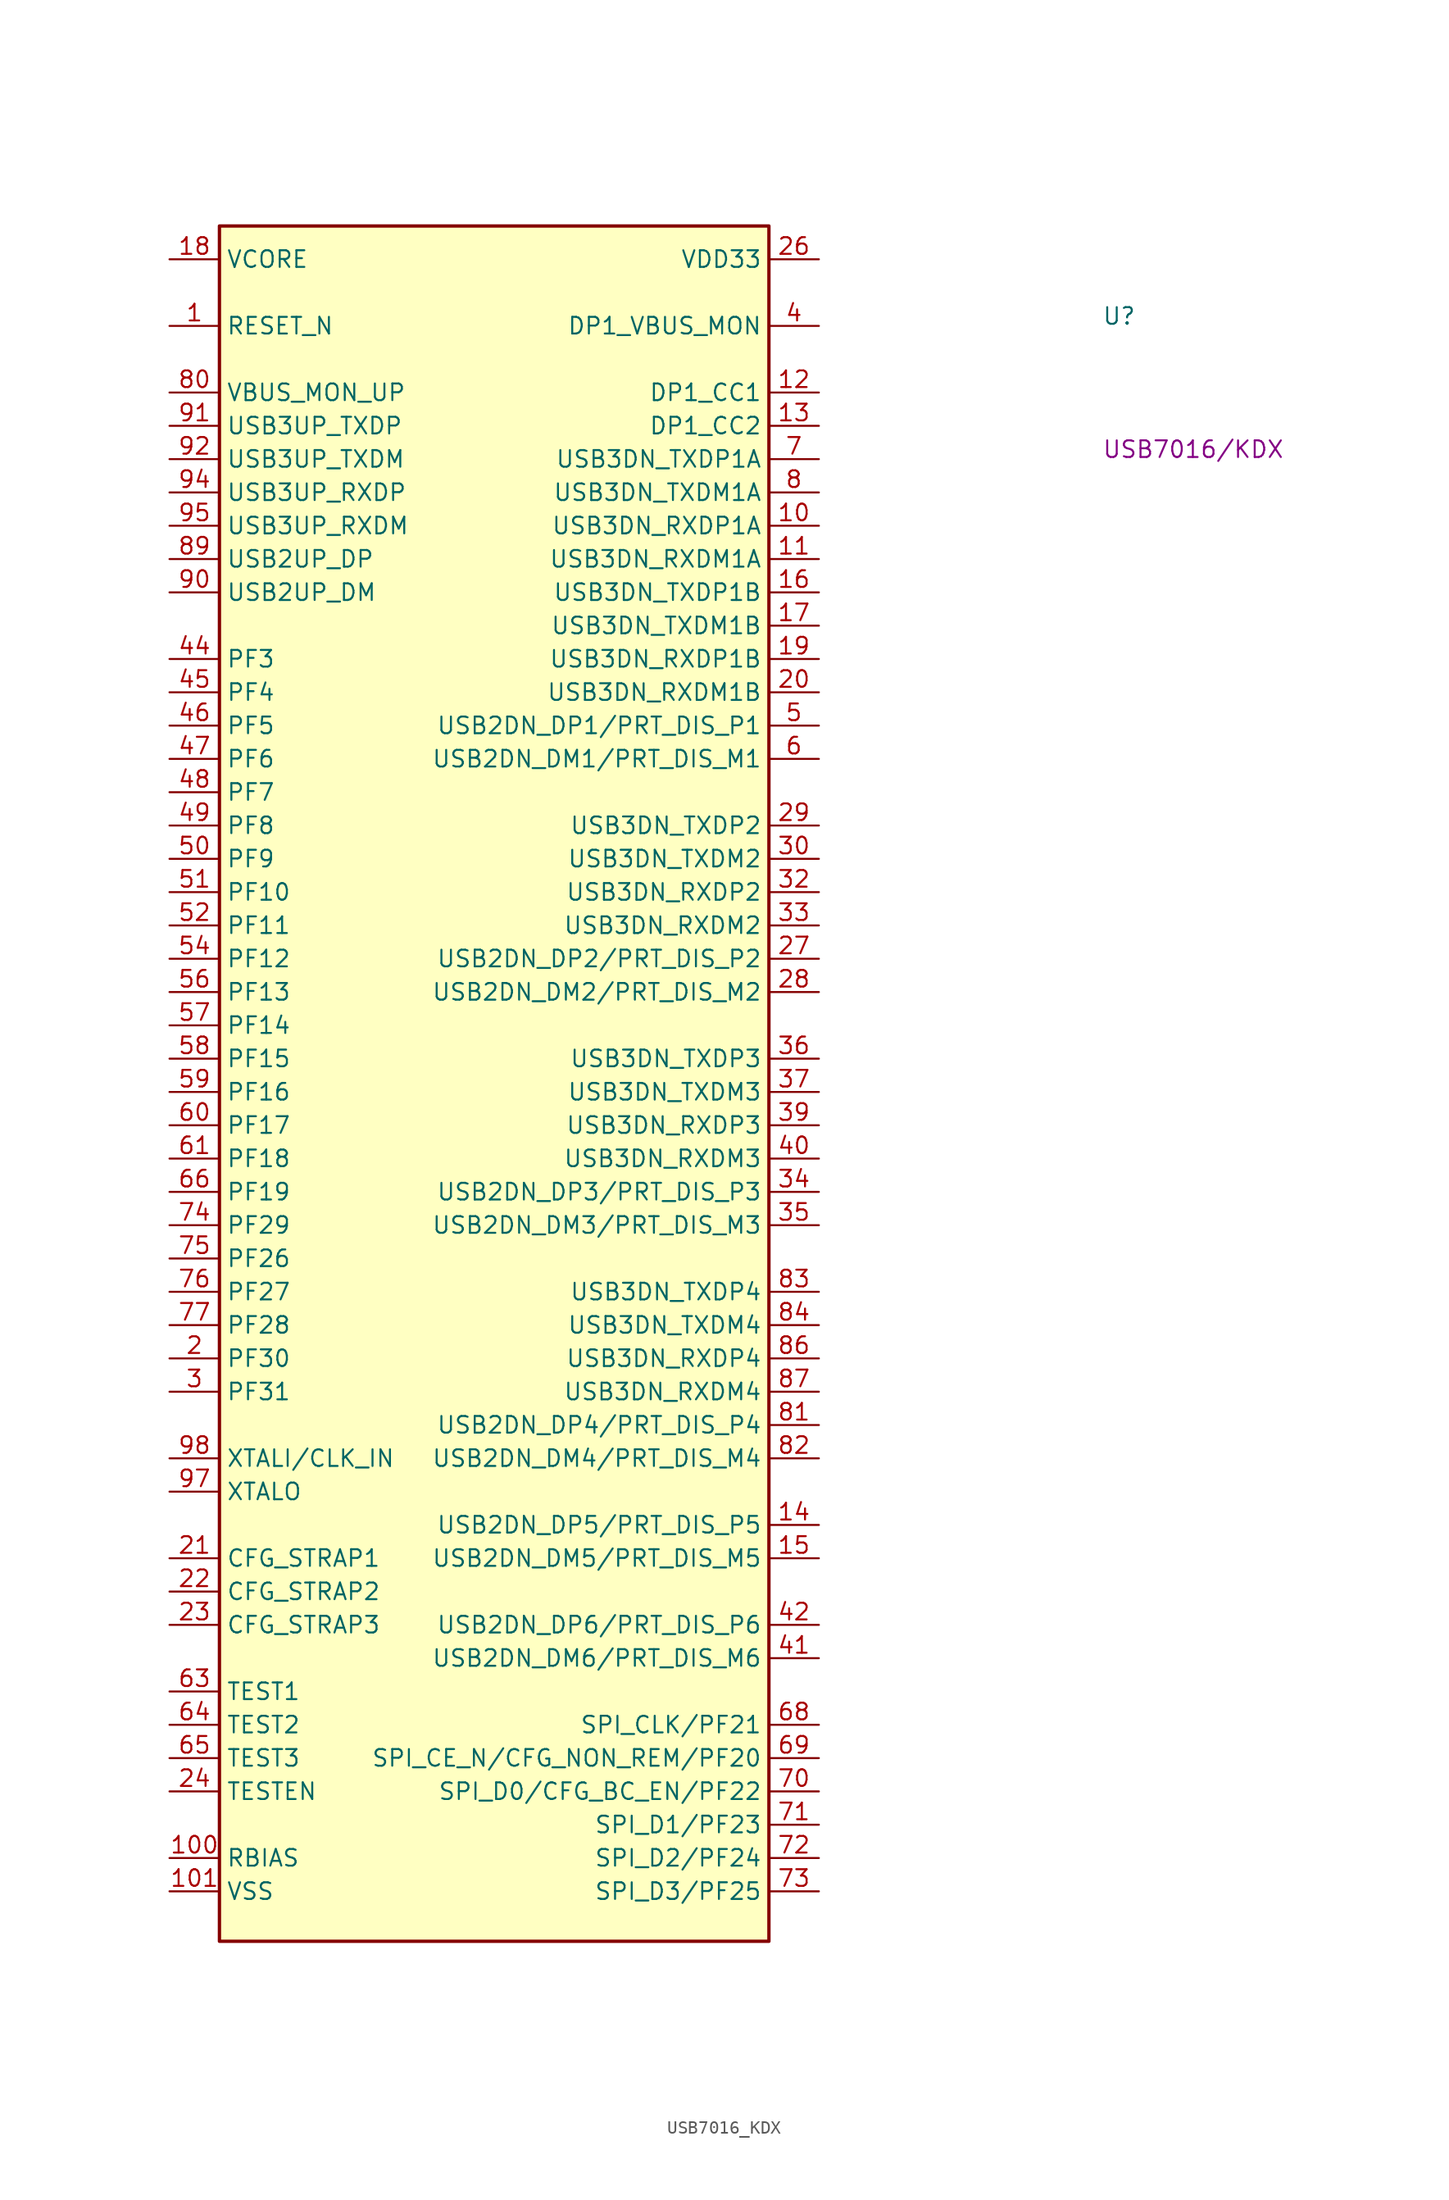
<source format=kicad_sym>
(kicad_symbol_lib
  (version 20220914)
  (generator kicad_symbol_editor)
  (symbol "USB7016_KDX"
    (property "Reference" "U"
      (at 71.12 -5.08 0)
      (effects (font (size 1.27 1.27) (thickness 0.15)) (justify left bottom)))
    (property "MPN" "USB7016/KDX"
      (at 71.12 -15.24 0)
      (effects (font (size 1.27 1.27) (thickness 0.15)) (justify left bottom)))
    (symbol "USB7016_KDX_1_1"
      (rectangle (start 3.81 2.54) (end 45.72 -128.27) (stroke (width 0.254) (type default)) (fill (type background)))
      (pin input line (at 0 -5.08 0) (length 3.81) (name "RESET_N" (effects (font (size 1.27 1.27)))) (number "1" (effects (font (size 1.27 1.27)))))
      (pin bidirectional line (at 49.53 -20.32 180) (length 3.81) (name "USB3DN_RXDP1A" (effects (font (size 1.27 1.27)))) (number "10" (effects (font (size 1.27 1.27)))))
      (pin input line (at 0 -121.92 0) (length 3.81) (name "RBIAS" (effects (font (size 1.27 1.27)))) (number "100" (effects (font (size 1.27 1.27)))))
      (pin power_in line (at 0 -124.46 0) (length 3.81) (name "VSS" (effects (font (size 1.27 1.27)))) (number "101" (effects (font (size 1.27 1.27)))))
      (pin bidirectional line (at 49.53 -22.86 180) (length 3.81) (name "USB3DN_RXDM1A" (effects (font (size 1.27 1.27)))) (number "11" (effects (font (size 1.27 1.27)))))
      (pin bidirectional line (at 49.53 -10.16 180) (length 3.81) (name "DP1_CC1" (effects (font (size 1.27 1.27)))) (number "12" (effects (font (size 1.27 1.27)))))
      (pin bidirectional line (at 49.53 -12.7 180) (length 3.81) (name "DP1_CC2" (effects (font (size 1.27 1.27)))) (number "13" (effects (font (size 1.27 1.27)))))
      (pin bidirectional line (at 49.53 -96.52 180) (length 3.81) (name "USB2DN_DP5/PRT_DIS_P5" (effects (font (size 1.27 1.27)))) (number "14" (effects (font (size 1.27 1.27)))))
      (pin bidirectional line (at 49.53 -99.06 180) (length 3.81) (name "USB2DN_DM5/PRT_DIS_M5" (effects (font (size 1.27 1.27)))) (number "15" (effects (font (size 1.27 1.27)))))
      (pin bidirectional line (at 49.53 -25.4 180) (length 3.81) (name "USB3DN_TXDP1B" (effects (font (size 1.27 1.27)))) (number "16" (effects (font (size 1.27 1.27)))))
      (pin bidirectional line (at 49.53 -27.94 180) (length 3.81) (name "USB3DN_TXDM1B" (effects (font (size 1.27 1.27)))) (number "17" (effects (font (size 1.27 1.27)))))
      (pin power_in line (at 0 0 0) (length 3.81) (name "VCORE" (effects (font (size 1.27 1.27)))) (number "18" (effects (font (size 1.27 1.27)))))
      (pin bidirectional line (at 49.53 -30.48 180) (length 3.81) (name "USB3DN_RXDP1B" (effects (font (size 1.27 1.27)))) (number "19" (effects (font (size 1.27 1.27)))))
      (pin bidirectional line (at 0 -83.82 0) (length 3.81) (name "PF30" (effects (font (size 1.27 1.27)))) (number "2" (effects (font (size 1.27 1.27)))))
      (pin bidirectional line (at 49.53 -33.02 180) (length 3.81) (name "USB3DN_RXDM1B" (effects (font (size 1.27 1.27)))) (number "20" (effects (font (size 1.27 1.27)))))
      (pin input line (at 0 -99.06 0) (length 3.81) (name "CFG_STRAP1" (effects (font (size 1.27 1.27)))) (number "21" (effects (font (size 1.27 1.27)))))
      (pin input line (at 0 -101.6 0) (length 3.81) (name "CFG_STRAP2" (effects (font (size 1.27 1.27)))) (number "22" (effects (font (size 1.27 1.27)))))
      (pin input line (at 0 -104.14 0) (length 3.81) (name "CFG_STRAP3" (effects (font (size 1.27 1.27)))) (number "23" (effects (font (size 1.27 1.27)))))
      (pin bidirectional line (at 0 -116.84 0) (length 3.81) (name "TESTEN" (effects (font (size 1.27 1.27)))) (number "24" (effects (font (size 1.27 1.27)))))
      (pin passive line (at 0 0 0) (length 3.81) hide (name "VCORE" (effects (font (size 1.27 1.27)))) (number "25" (effects (font (size 1.27 1.27)))))
      (pin power_in line (at 49.53 0 180) (length 3.81) (name "VDD33" (effects (font (size 1.27 1.27)))) (number "26" (effects (font (size 1.27 1.27)))))
      (pin bidirectional line (at 49.53 -53.34 180) (length 3.81) (name "USB2DN_DP2/PRT_DIS_P2" (effects (font (size 1.27 1.27)))) (number "27" (effects (font (size 1.27 1.27)))))
      (pin bidirectional line (at 49.53 -55.88 180) (length 3.81) (name "USB2DN_DM2/PRT_DIS_M2" (effects (font (size 1.27 1.27)))) (number "28" (effects (font (size 1.27 1.27)))))
      (pin bidirectional line (at 49.53 -43.18 180) (length 3.81) (name "USB3DN_TXDP2" (effects (font (size 1.27 1.27)))) (number "29" (effects (font (size 1.27 1.27)))))
      (pin bidirectional line (at 0 -86.36 0) (length 3.81) (name "PF31" (effects (font (size 1.27 1.27)))) (number "3" (effects (font (size 1.27 1.27)))))
      (pin bidirectional line (at 49.53 -45.72 180) (length 3.81) (name "USB3DN_TXDM2" (effects (font (size 1.27 1.27)))) (number "30" (effects (font (size 1.27 1.27)))))
      (pin passive line (at 0 0 0) (length 3.81) hide (name "VCORE" (effects (font (size 1.27 1.27)))) (number "31" (effects (font (size 1.27 1.27)))))
      (pin bidirectional line (at 49.53 -48.26 180) (length 3.81) (name "USB3DN_RXDP2" (effects (font (size 1.27 1.27)))) (number "32" (effects (font (size 1.27 1.27)))))
      (pin bidirectional line (at 49.53 -50.8 180) (length 3.81) (name "USB3DN_RXDM2" (effects (font (size 1.27 1.27)))) (number "33" (effects (font (size 1.27 1.27)))))
      (pin bidirectional line (at 49.53 -71.12 180) (length 3.81) (name "USB2DN_DP3/PRT_DIS_P3" (effects (font (size 1.27 1.27)))) (number "34" (effects (font (size 1.27 1.27)))))
      (pin bidirectional line (at 49.53 -73.66 180) (length 3.81) (name "USB2DN_DM3/PRT_DIS_M3" (effects (font (size 1.27 1.27)))) (number "35" (effects (font (size 1.27 1.27)))))
      (pin bidirectional line (at 49.53 -60.96 180) (length 3.81) (name "USB3DN_TXDP3" (effects (font (size 1.27 1.27)))) (number "36" (effects (font (size 1.27 1.27)))))
      (pin bidirectional line (at 49.53 -63.5 180) (length 3.81) (name "USB3DN_TXDM3" (effects (font (size 1.27 1.27)))) (number "37" (effects (font (size 1.27 1.27)))))
      (pin passive line (at 0 0 0) (length 3.81) hide (name "VCORE" (effects (font (size 1.27 1.27)))) (number "38" (effects (font (size 1.27 1.27)))))
      (pin bidirectional line (at 49.53 -66.04 180) (length 3.81) (name "USB3DN_RXDP3" (effects (font (size 1.27 1.27)))) (number "39" (effects (font (size 1.27 1.27)))))
      (pin bidirectional line (at 49.53 -5.08 180) (length 3.81) (name "DP1_VBUS_MON" (effects (font (size 1.27 1.27)))) (number "4" (effects (font (size 1.27 1.27)))))
      (pin bidirectional line (at 49.53 -68.58 180) (length 3.81) (name "USB3DN_RXDM3" (effects (font (size 1.27 1.27)))) (number "40" (effects (font (size 1.27 1.27)))))
      (pin bidirectional line (at 49.53 -106.68 180) (length 3.81) (name "USB2DN_DM6/PRT_DIS_M6" (effects (font (size 1.27 1.27)))) (number "41" (effects (font (size 1.27 1.27)))))
      (pin bidirectional line (at 49.53 -104.14 180) (length 3.81) (name "USB2DN_DP6/PRT_DIS_P6" (effects (font (size 1.27 1.27)))) (number "42" (effects (font (size 1.27 1.27)))))
      (pin passive line (at 49.53 0 180) (length 3.81) hide (name "VDD33" (effects (font (size 1.27 1.27)))) (number "43" (effects (font (size 1.27 1.27)))))
      (pin bidirectional line (at 0 -30.48 0) (length 3.81) (name "PF3" (effects (font (size 1.27 1.27)))) (number "44" (effects (font (size 1.27 1.27)))))
      (pin bidirectional line (at 0 -33.02 0) (length 3.81) (name "PF4" (effects (font (size 1.27 1.27)))) (number "45" (effects (font (size 1.27 1.27)))))
      (pin bidirectional line (at 0 -35.56 0) (length 3.81) (name "PF5" (effects (font (size 1.27 1.27)))) (number "46" (effects (font (size 1.27 1.27)))))
      (pin bidirectional line (at 0 -38.1 0) (length 3.81) (name "PF6" (effects (font (size 1.27 1.27)))) (number "47" (effects (font (size 1.27 1.27)))))
      (pin bidirectional line (at 0 -40.64 0) (length 3.81) (name "PF7" (effects (font (size 1.27 1.27)))) (number "48" (effects (font (size 1.27 1.27)))))
      (pin bidirectional line (at 0 -43.18 0) (length 3.81) (name "PF8" (effects (font (size 1.27 1.27)))) (number "49" (effects (font (size 1.27 1.27)))))
      (pin bidirectional line (at 49.53 -35.56 180) (length 3.81) (name "USB2DN_DP1/PRT_DIS_P1" (effects (font (size 1.27 1.27)))) (number "5" (effects (font (size 1.27 1.27)))))
      (pin bidirectional line (at 0 -45.72 0) (length 3.81) (name "PF9" (effects (font (size 1.27 1.27)))) (number "50" (effects (font (size 1.27 1.27)))))
      (pin bidirectional line (at 0 -48.26 0) (length 3.81) (name "PF10" (effects (font (size 1.27 1.27)))) (number "51" (effects (font (size 1.27 1.27)))))
      (pin bidirectional line (at 0 -50.8 0) (length 3.81) (name "PF11" (effects (font (size 1.27 1.27)))) (number "52" (effects (font (size 1.27 1.27)))))
      (pin passive line (at 49.53 0 180) (length 3.81) hide (name "VDD33" (effects (font (size 1.27 1.27)))) (number "53" (effects (font (size 1.27 1.27)))))
      (pin bidirectional line (at 0 -53.34 0) (length 3.81) (name "PF12" (effects (font (size 1.27 1.27)))) (number "54" (effects (font (size 1.27 1.27)))))
      (pin passive line (at 0 0 0) (length 3.81) hide (name "VCORE" (effects (font (size 1.27 1.27)))) (number "55" (effects (font (size 1.27 1.27)))))
      (pin bidirectional line (at 0 -55.88 0) (length 3.81) (name "PF13" (effects (font (size 1.27 1.27)))) (number "56" (effects (font (size 1.27 1.27)))))
      (pin bidirectional line (at 0 -58.42 0) (length 3.81) (name "PF14" (effects (font (size 1.27 1.27)))) (number "57" (effects (font (size 1.27 1.27)))))
      (pin bidirectional line (at 0 -60.96 0) (length 3.81) (name "PF15" (effects (font (size 1.27 1.27)))) (number "58" (effects (font (size 1.27 1.27)))))
      (pin bidirectional line (at 0 -63.5 0) (length 3.81) (name "PF16" (effects (font (size 1.27 1.27)))) (number "59" (effects (font (size 1.27 1.27)))))
      (pin bidirectional line (at 49.53 -38.1 180) (length 3.81) (name "USB2DN_DM1/PRT_DIS_M1" (effects (font (size 1.27 1.27)))) (number "6" (effects (font (size 1.27 1.27)))))
      (pin bidirectional line (at 0 -66.04 0) (length 3.81) (name "PF17" (effects (font (size 1.27 1.27)))) (number "60" (effects (font (size 1.27 1.27)))))
      (pin bidirectional line (at 0 -68.58 0) (length 3.81) (name "PF18" (effects (font (size 1.27 1.27)))) (number "61" (effects (font (size 1.27 1.27)))))
      (pin passive line (at 49.53 0 180) (length 3.81) hide (name "VDD33" (effects (font (size 1.27 1.27)))) (number "62" (effects (font (size 1.27 1.27)))))
      (pin passive line (at 0 -109.22 0) (length 3.81) (name "TEST1" (effects (font (size 1.27 1.27)))) (number "63" (effects (font (size 1.27 1.27)))))
      (pin passive line (at 0 -111.76 0) (length 3.81) (name "TEST2" (effects (font (size 1.27 1.27)))) (number "64" (effects (font (size 1.27 1.27)))))
      (pin passive line (at 0 -114.3 0) (length 3.81) (name "TEST3" (effects (font (size 1.27 1.27)))) (number "65" (effects (font (size 1.27 1.27)))))
      (pin bidirectional line (at 0 -71.12 0) (length 3.81) (name "PF19" (effects (font (size 1.27 1.27)))) (number "66" (effects (font (size 1.27 1.27)))))
      (pin passive line (at 49.53 0 180) (length 3.81) hide (name "VDD33" (effects (font (size 1.27 1.27)))) (number "67" (effects (font (size 1.27 1.27)))))
      (pin bidirectional line (at 49.53 -111.76 180) (length 3.81) (name "SPI_CLK/PF21" (effects (font (size 1.27 1.27)))) (number "68" (effects (font (size 1.27 1.27)))))
      (pin bidirectional line (at 49.53 -114.3 180) (length 3.81) (name "SPI_CE_N/CFG_NON_REM/PF20" (effects (font (size 1.27 1.27)))) (number "69" (effects (font (size 1.27 1.27)))))
      (pin bidirectional line (at 49.53 -15.24 180) (length 3.81) (name "USB3DN_TXDP1A" (effects (font (size 1.27 1.27)))) (number "7" (effects (font (size 1.27 1.27)))))
      (pin bidirectional line (at 49.53 -116.84 180) (length 3.81) (name "SPI_D0/CFG_BC_EN/PF22" (effects (font (size 1.27 1.27)))) (number "70" (effects (font (size 1.27 1.27)))))
      (pin bidirectional line (at 49.53 -119.38 180) (length 3.81) (name "SPI_D1/PF23" (effects (font (size 1.27 1.27)))) (number "71" (effects (font (size 1.27 1.27)))))
      (pin bidirectional line (at 49.53 -121.92 180) (length 3.81) (name "SPI_D2/PF24" (effects (font (size 1.27 1.27)))) (number "72" (effects (font (size 1.27 1.27)))))
      (pin bidirectional line (at 49.53 -124.46 180) (length 3.81) (name "SPI_D3/PF25" (effects (font (size 1.27 1.27)))) (number "73" (effects (font (size 1.27 1.27)))))
      (pin bidirectional line (at 0 -73.66 0) (length 3.81) (name "PF29" (effects (font (size 1.27 1.27)))) (number "74" (effects (font (size 1.27 1.27)))))
      (pin bidirectional line (at 0 -76.2 0) (length 3.81) (name "PF26" (effects (font (size 1.27 1.27)))) (number "75" (effects (font (size 1.27 1.27)))))
      (pin bidirectional line (at 0 -78.74 0) (length 3.81) (name "PF27" (effects (font (size 1.27 1.27)))) (number "76" (effects (font (size 1.27 1.27)))))
      (pin bidirectional line (at 0 -81.28 0) (length 3.81) (name "PF28" (effects (font (size 1.27 1.27)))) (number "77" (effects (font (size 1.27 1.27)))))
      (pin passive line (at 0 0 0) (length 3.81) hide (name "VCORE" (effects (font (size 1.27 1.27)))) (number "78" (effects (font (size 1.27 1.27)))))
      (pin passive line (at 49.53 0 180) (length 3.81) hide (name "VDD33" (effects (font (size 1.27 1.27)))) (number "79" (effects (font (size 1.27 1.27)))))
      (pin bidirectional line (at 49.53 -17.78 180) (length 3.81) (name "USB3DN_TXDM1A" (effects (font (size 1.27 1.27)))) (number "8" (effects (font (size 1.27 1.27)))))
      (pin bidirectional line (at 0 -10.16 0) (length 3.81) (name "VBUS_MON_UP" (effects (font (size 1.27 1.27)))) (number "80" (effects (font (size 1.27 1.27)))))
      (pin bidirectional line (at 49.53 -88.9 180) (length 3.81) (name "USB2DN_DP4/PRT_DIS_P4" (effects (font (size 1.27 1.27)))) (number "81" (effects (font (size 1.27 1.27)))))
      (pin bidirectional line (at 49.53 -91.44 180) (length 3.81) (name "USB2DN_DM4/PRT_DIS_M4" (effects (font (size 1.27 1.27)))) (number "82" (effects (font (size 1.27 1.27)))))
      (pin bidirectional line (at 49.53 -78.74 180) (length 3.81) (name "USB3DN_TXDP4" (effects (font (size 1.27 1.27)))) (number "83" (effects (font (size 1.27 1.27)))))
      (pin bidirectional line (at 49.53 -81.28 180) (length 3.81) (name "USB3DN_TXDM4" (effects (font (size 1.27 1.27)))) (number "84" (effects (font (size 1.27 1.27)))))
      (pin passive line (at 0 0 0) (length 3.81) hide (name "VCORE" (effects (font (size 1.27 1.27)))) (number "85" (effects (font (size 1.27 1.27)))))
      (pin bidirectional line (at 49.53 -83.82 180) (length 3.81) (name "USB3DN_RXDP4" (effects (font (size 1.27 1.27)))) (number "86" (effects (font (size 1.27 1.27)))))
      (pin bidirectional line (at 49.53 -86.36 180) (length 3.81) (name "USB3DN_RXDM4" (effects (font (size 1.27 1.27)))) (number "87" (effects (font (size 1.27 1.27)))))
      (pin passive line (at 49.53 0 180) (length 3.81) hide (name "VDD33" (effects (font (size 1.27 1.27)))) (number "88" (effects (font (size 1.27 1.27)))))
      (pin bidirectional line (at 0 -22.86 0) (length 3.81) (name "USB2UP_DP" (effects (font (size 1.27 1.27)))) (number "89" (effects (font (size 1.27 1.27)))))
      (pin passive line (at 0 0 0) (length 3.81) hide (name "VCORE" (effects (font (size 1.27 1.27)))) (number "9" (effects (font (size 1.27 1.27)))))
      (pin bidirectional line (at 0 -25.4 0) (length 3.81) (name "USB2UP_DM" (effects (font (size 1.27 1.27)))) (number "90" (effects (font (size 1.27 1.27)))))
      (pin bidirectional line (at 0 -12.7 0) (length 3.81) (name "USB3UP_TXDP" (effects (font (size 1.27 1.27)))) (number "91" (effects (font (size 1.27 1.27)))))
      (pin bidirectional line (at 0 -15.24 0) (length 3.81) (name "USB3UP_TXDM" (effects (font (size 1.27 1.27)))) (number "92" (effects (font (size 1.27 1.27)))))
      (pin passive line (at 0 0 0) (length 3.81) hide (name "VCORE" (effects (font (size 1.27 1.27)))) (number "93" (effects (font (size 1.27 1.27)))))
      (pin bidirectional line (at 0 -17.78 0) (length 3.81) (name "USB3UP_RXDP" (effects (font (size 1.27 1.27)))) (number "94" (effects (font (size 1.27 1.27)))))
      (pin bidirectional line (at 0 -20.32 0) (length 3.81) (name "USB3UP_RXDM" (effects (font (size 1.27 1.27)))) (number "95" (effects (font (size 1.27 1.27)))))
      (pin no_connect line (at 3.81 -106.68 0) (length 3.81) hide (name "ATEST" (effects (font (size 1.27 1.27)))) (number "96" (effects (font (size 1.27 1.27)))))
      (pin output line (at 0 -93.98 0) (length 3.81) (name "XTALO" (effects (font (size 1.27 1.27)))) (number "97" (effects (font (size 1.27 1.27)))))
      (pin input line (at 0 -91.44 0) (length 3.81) (name "XTALI/CLK_IN" (effects (font (size 1.27 1.27)))) (number "98" (effects (font (size 1.27 1.27)))))
      (pin passive line (at 49.53 0 180) (length 3.81) hide (name "VDD33" (effects (font (size 1.27 1.27)))) (number "99" (effects (font (size 1.27 1.27))))))))
</source>
